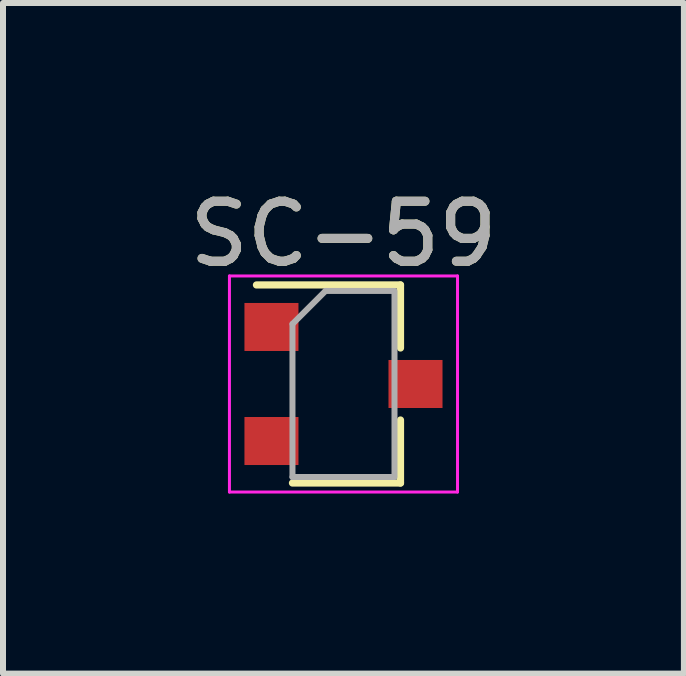
<source format=kicad_pcb>
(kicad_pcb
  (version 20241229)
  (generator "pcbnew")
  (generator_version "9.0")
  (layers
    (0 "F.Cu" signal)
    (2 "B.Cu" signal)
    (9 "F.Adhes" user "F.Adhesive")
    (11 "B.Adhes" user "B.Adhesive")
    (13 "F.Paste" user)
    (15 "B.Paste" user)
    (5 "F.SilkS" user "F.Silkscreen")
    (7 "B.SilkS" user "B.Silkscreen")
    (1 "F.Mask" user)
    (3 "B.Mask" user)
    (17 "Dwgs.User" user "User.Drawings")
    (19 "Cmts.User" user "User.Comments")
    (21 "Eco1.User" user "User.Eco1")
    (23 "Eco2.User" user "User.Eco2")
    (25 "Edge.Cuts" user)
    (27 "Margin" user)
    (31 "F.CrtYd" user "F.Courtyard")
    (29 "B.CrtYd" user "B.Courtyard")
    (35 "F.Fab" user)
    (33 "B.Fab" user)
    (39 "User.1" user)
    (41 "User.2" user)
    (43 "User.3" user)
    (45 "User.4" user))
  (footprint "SC-59"
    (layer "F.Cu")
    (at 2.673 3.348)
    (property "Reference" "SC-59" (at 0 -2.5 0) (layer "F.SilkS") (effects (font (size 1 1) (thickness 0.15))))
    (attr smd)
    (fp_line (start -1.45 -1.65) (end 0.95 -1.65) (stroke (width 0.12) (type solid)) (layer "F.SilkS"))
    (fp_line (start -0.85 1.65) (end 0.95 1.65) (stroke (width 0.12) (type solid)) (layer "F.SilkS"))
    (fp_line (start 0.95 -1.65) (end 0.95 -0.6) (stroke (width 0.12) (type solid)) (layer "F.SilkS"))
    (fp_line (start 0.95 1.65) (end 0.95 0.6) (stroke (width 0.12) (type solid)) (layer "F.SilkS"))
    (fp_line (start -1.9 -1.8) (end -1.9 1.8) (stroke (width 0.05) (type solid)) (layer "F.CrtYd"))
    (fp_line (start -1.9 -1.8) (end 1.9 -1.8) (stroke (width 0.05) (type solid)) (layer "F.CrtYd"))
    (fp_line (start 1.9 1.8) (end -1.9 1.8) (stroke (width 0.05) (type solid)) (layer "F.CrtYd"))
    (fp_line (start 1.9 1.8) (end 1.9 -1.8) (stroke (width 0.05) (type solid)) (layer "F.CrtYd"))
    (fp_line (start -0.85 1.55) (end -0.85 -1) (stroke (width 0.1) (type solid)) (layer "F.Fab"))
    (fp_line (start -0.85 1.55) (end 0.85 1.55) (stroke (width 0.1) (type solid)) (layer "F.Fab"))
    (fp_line (start -0.3 -1.55) (end -0.85 -1) (stroke (width 0.1) (type solid)) (layer "F.Fab"))
    (fp_line (start -0.3 -1.55) (end 0.85 -1.55) (stroke (width 0.1) (type solid)) (layer "F.Fab"))
    (fp_line (start 0.85 -1.52) (end 0.85 1.52) (stroke (width 0.1) (type solid)) (layer "F.Fab"))
    (fp_text user "${REFERENCE}" (at 0 -2.5 0) (layer "F.Fab") (effects (font (size 1 1) (thickness 0.15))))
    (pad "1" smd rect (at -1.2 0.95) (size 0.9 0.8) (layers "F.Cu" "F.Mask" "F.Paste"))
    (pad "2" smd rect (at -1.2 -0.95) (size 0.9 0.8) (layers "F.Cu" "F.Mask" "F.Paste"))
    (pad "3" smd rect (at 1.2 0) (size 0.9 0.8) (layers "F.Cu" "F.Mask" "F.Paste")))
  (gr_rect
    (start -3 -3)
    (end 8.345 8.173)
    (stroke (width 0.1) (type default))
    (fill no)
    (layer "Edge.Cuts")))
</source>
